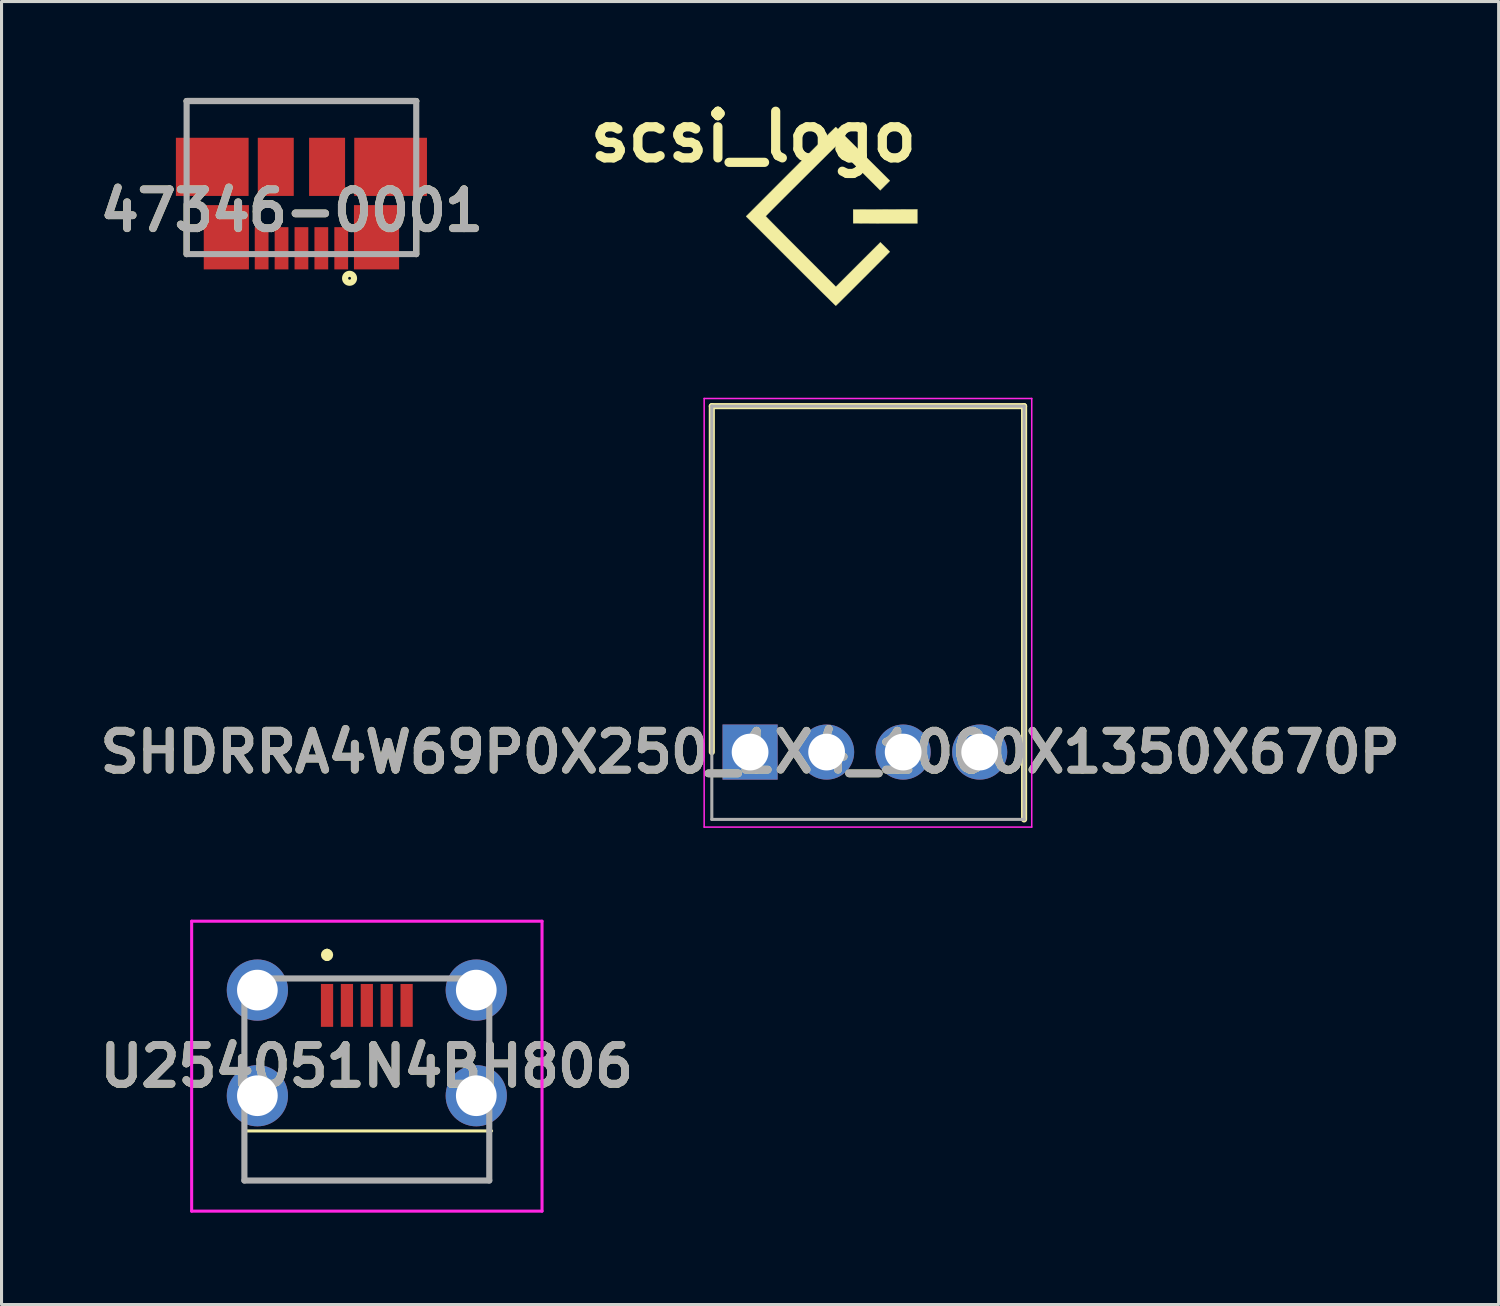
<source format=kicad_pcb>
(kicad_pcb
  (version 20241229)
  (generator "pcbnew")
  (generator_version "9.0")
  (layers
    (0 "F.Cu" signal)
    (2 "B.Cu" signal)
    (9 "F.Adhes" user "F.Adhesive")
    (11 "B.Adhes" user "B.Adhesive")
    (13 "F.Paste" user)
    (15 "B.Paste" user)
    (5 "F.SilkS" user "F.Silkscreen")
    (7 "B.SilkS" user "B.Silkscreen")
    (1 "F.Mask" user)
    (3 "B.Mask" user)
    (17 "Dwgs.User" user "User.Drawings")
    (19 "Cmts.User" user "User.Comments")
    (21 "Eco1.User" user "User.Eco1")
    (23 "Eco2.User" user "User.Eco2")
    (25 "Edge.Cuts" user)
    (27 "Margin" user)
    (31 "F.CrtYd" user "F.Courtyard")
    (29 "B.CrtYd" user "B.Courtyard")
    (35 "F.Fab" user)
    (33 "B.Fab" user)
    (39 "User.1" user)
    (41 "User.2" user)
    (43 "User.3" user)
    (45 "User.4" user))
  (footprint "47346-0001"
    (layer "F.Cu")
    (at 6.796 0.25)
    (property "Reference" "47346-0001" (at -0.313 3.58 0) (layer "F.SilkS") (effects (font (size 1.27 1.27) (thickness 0.254))))
    (attr smd)
    (fp_line (start -3.75 0) (end 3.75 0) (stroke (width 0.2) (type solid)) (layer "F.SilkS"))
    (fp_line (start -3.75 5) (end -3.75 3.373) (stroke (width 0.2) (type solid)) (layer "F.SilkS"))
    (fp_line (start 3.75 5) (end 3.75 3.373) (stroke (width 0.2) (type solid)) (layer "F.SilkS"))
    (fp_circle (center 1.572 5.79) (end 1.572 5.836) (stroke (width 0.2) (type solid)) (fill no) (layer "F.SilkS"))
    (fp_line (start -3.75 0) (end 3.75 0) (stroke (width 0.2) (type solid)) (layer "F.Fab"))
    (fp_line (start -3.75 5) (end -3.75 0) (stroke (width 0.2) (type solid)) (layer "F.Fab"))
    (fp_line (start 3.75 0) (end 3.75 5) (stroke (width 0.2) (type solid)) (layer "F.Fab"))
    (fp_line (start 3.75 5) (end -3.75 5) (stroke (width 0.2) (type solid)) (layer "F.Fab"))
    (fp_text user "${REFERENCE}" (at -0.313 3.58 0) (layer "F.Fab") (effects (font (size 1.27 1.27) (thickness 0.254))))
    (pad "1" smd rect (at 1.3 4.81) (size 0.45 1.38) (layers "F.Cu" "F.Mask" "F.Paste"))
    (pad "2" smd rect (at 0.65 4.81) (size 0.45 1.38) (layers "F.Cu" "F.Mask" "F.Paste"))
    (pad "3" smd rect (at 0 4.81) (size 0.45 1.38) (layers "F.Cu" "F.Mask" "F.Paste"))
    (pad "4" smd rect (at -0.65 4.81) (size 0.45 1.38) (layers "F.Cu" "F.Mask" "F.Paste"))
    (pad "5" smd rect (at -1.3 4.81) (size 0.45 1.38) (layers "F.Cu" "F.Mask" "F.Paste"))
    (pad "6" smd rect (at -2.453 4.45) (size 1.475 2.1) (layers "F.Cu" "F.Mask" "F.Paste"))
    (pad "7" smd rect (at 2.453 4.45) (size 1.475 2.1) (layers "F.Cu" "F.Mask" "F.Paste"))
    (pad "8" smd rect (at 0.838 2.15) (size 1.175 1.9) (layers "F.Cu" "F.Mask" "F.Paste"))
    (pad "9" smd rect (at -0.838 2.15) (size 1.175 1.9) (layers "F.Cu" "F.Mask" "F.Paste"))
    (pad "10" smd rect (at 2.913 2.15 90) (size 1.9 2.375) (layers "F.Cu" "F.Mask" "F.Paste"))
    (pad "11" smd rect (at -2.913 2.15 90) (size 1.9 2.375) (layers "F.Cu" "F.Mask" "F.Paste")))
  (footprint "U254051N4BH806"
    (layer "F.Cu")
    (at 8.932 31.776)
    (property "Reference" "U254051N4BH806" (at 0 0 0) (layer "F.SilkS") (effects (font (size 1.27 1.27) (thickness 0.254))))
    (attr through_hole)
    (fp_line (start -3.924 2.115) (end 4.075 2.115) (stroke (width 0.1) (type solid)) (layer "F.SilkS"))
    (fp_line (start -1.299 -3.735) (end -1.299 -3.735) (stroke (width 0.2) (type solid)) (layer "F.SilkS"))
    (fp_line (start -1.299 -3.535) (end -1.299 -3.535) (stroke (width 0.2) (type solid)) (layer "F.SilkS"))
    (fp_arc (start -1.299 -3.735) (mid -1.199 -3.635) (end -1.299 -3.535) (stroke (width 0.2) (type solid)) (layer "F.SilkS"))
    (fp_arc (start -1.299 -3.535) (mid -1.399 -3.635) (end -1.299 -3.735) (stroke (width 0.2) (type solid)) (layer "F.SilkS"))
    (fp_line (start -5.722 -4.735) (end 5.723 -4.735) (stroke (width 0.1) (type solid)) (layer "F.CrtYd"))
    (fp_line (start -5.722 4.735) (end -5.722 -4.735) (stroke (width 0.1) (type solid)) (layer "F.CrtYd"))
    (fp_line (start 5.723 -4.735) (end 5.723 4.735) (stroke (width 0.1) (type solid)) (layer "F.CrtYd"))
    (fp_line (start 5.723 4.735) (end -5.722 4.735) (stroke (width 0.1) (type solid)) (layer "F.CrtYd"))
    (fp_line (start -3.999 -2.865) (end 4 -2.865) (stroke (width 0.2) (type solid)) (layer "F.Fab"))
    (fp_line (start -3.999 3.735) (end -3.999 -2.865) (stroke (width 0.2) (type solid)) (layer "F.Fab"))
    (fp_line (start 4 -2.865) (end 4 3.735) (stroke (width 0.2) (type solid)) (layer "F.Fab"))
    (fp_line (start 4 3.735) (end -3.999 3.735) (stroke (width 0.2) (type solid)) (layer "F.Fab"))
    (fp_text user "${REFERENCE}" (at 0 0 0) (layer "F.Fab") (effects (font (size 1.27 1.27) (thickness 0.254))))
    (pad "" np_thru_hole circle (at -2 -1.165) (size 0.001 0.001) (drill 0.65) (layers "*.Cu" "*.Mask"))
    (pad "" np_thru_hole circle (at 2 -1.165) (size 0.001 0.001) (drill 0.65) (layers "*.Cu" "*.Mask"))
    (pad "1" smd rect (at -1.3 -1.985) (size 0.4 1.4) (layers "F.Cu" "F.Mask" "F.Paste"))
    (pad "2" smd rect (at -0.65 -1.985) (size 0.4 1.4) (layers "F.Cu" "F.Mask" "F.Paste"))
    (pad "3" smd rect (at 0 -1.985) (size 0.4 1.4) (layers "F.Cu" "F.Mask" "F.Paste"))
    (pad "4" smd rect (at 0.65 -1.985) (size 0.4 1.4) (layers "F.Cu" "F.Mask" "F.Paste"))
    (pad "5" smd rect (at 1.3 -1.985) (size 0.4 1.4) (layers "F.Cu" "F.Mask" "F.Paste"))
    (pad "MH1" thru_hole circle (at -3.575 0.965) (size 2 2) (drill 1.329) (layers "*.Cu" "*.Mask"))
    (pad "MH2" thru_hole circle (at 3.575 0.965) (size 2 2) (drill 1.329) (layers "*.Cu" "*.Mask"))
    (pad "MH3" thru_hole circle (at 3.575 -2.485) (size 2 2) (drill 1.329) (layers "*.Cu" "*.Mask"))
    (pad "MH4" thru_hole circle (at -3.575 -2.485) (size 2 2) (drill 1.329) (layers "*.Cu" "*.Mask")))
  (footprint "scsi_logo"
    (layer "F.Cu")
    (at 24.121 4.018)
    (property "Reference" "scsi_logo" (at -2.56 -2.6 0) (layer "F.SilkS") (effects (font (size 1.524 1.524) (thickness 0.3))))
    (attr through_hole)
    (fp_poly (pts (xy 2.794 0.229) (xy 1.746 0.229) (xy 1.586 0.229) (xy 1.432 0.228) (xy 1.289 0.228) (xy 1.156 0.227) (xy 1.037 0.227) (xy 0.932 0.226) (xy 0.845 0.225) (xy 0.776 0.225) (xy 0.728 0.224) (xy 0.702 0.223) (xy 0.698 0.222) (xy 0.698 0.208) (xy 0.698 0.173) (xy 0.697 0.121) (xy 0.697 0.056) (xy 0.697 -0.003) (xy 0.697 -0.222) (xy 1.745 -0.225) (xy 2.794 -0.229) (xy 2.794 0.229)) (stroke (width 0.01) (type solid)) (fill yes) (layer "F.SilkS"))
    (fp_poly (pts (xy 0.139 -2.909) (xy 0.166 -2.883) (xy 0.208 -2.841) (xy 0.265 -2.786) (xy 0.334 -2.717) (xy 0.416 -2.636) (xy 0.508 -2.545) (xy 0.609 -2.445) (xy 0.719 -2.336) (xy 0.835 -2.22) (xy 0.957 -2.099) (xy 1.016 -2.04) (xy 1.895 -1.165) (xy 1.581 -0.851) (xy 0.857 -1.574) (xy 0.133 -2.297) (xy -1.013 -1.158) (xy -1.155 -1.016) (xy -1.292 -0.88) (xy -1.423 -0.749) (xy -1.547 -0.626) (xy -1.663 -0.51) (xy -1.769 -0.404) (xy -1.864 -0.308) (xy -1.949 -0.223) (xy -2.02 -0.151) (xy -2.078 -0.092) (xy -2.121 -0.047) (xy -2.149 -0.019) (xy -2.159 -0.007) (xy -2.159 -0.006) (xy -2.15 0.004) (xy -2.125 0.031) (xy -2.083 0.074) (xy -2.027 0.132) (xy -1.957 0.203) (xy -1.874 0.287) (xy -1.779 0.383) (xy -1.675 0.488) (xy -1.56 0.604) (xy -1.438 0.727) (xy -1.308 0.857) (xy -1.171 0.994) (xy -1.03 1.135) (xy -1.013 1.152) (xy 0.133 2.299) (xy 0.859 1.573) (xy 1.586 0.847) (xy 1.739 0.997) (xy 1.789 1.047) (xy 1.833 1.091) (xy 1.867 1.126) (xy 1.887 1.148) (xy 1.892 1.155) (xy 1.884 1.165) (xy 1.858 1.191) (xy 1.818 1.232) (xy 1.764 1.287) (xy 1.698 1.354) (xy 1.622 1.431) (xy 1.536 1.517) (xy 1.443 1.61) (xy 1.344 1.71) (xy 1.24 1.814) (xy 1.133 1.922) (xy 1.024 2.03) (xy 0.915 2.139) (xy 0.807 2.247) (xy 0.703 2.351) (xy 0.602 2.452) (xy 0.507 2.546) (xy 0.42 2.633) (xy 0.341 2.711) (xy 0.273 2.779) (xy 0.216 2.835) (xy 0.172 2.878) (xy 0.143 2.906) (xy 0.13 2.918) (xy 0.13 2.918) (xy 0.12 2.909) (xy 0.093 2.884) (xy 0.05 2.842) (xy -0.008 2.785) (xy -0.08 2.714) (xy -0.165 2.63) (xy -0.263 2.534) (xy -0.372 2.426) (xy -0.491 2.307) (xy -0.619 2.179) (xy -0.756 2.043) (xy -0.901 1.899) (xy -1.052 1.748) (xy -1.209 1.591) (xy -1.34 1.461) (xy -2.8 0) (xy -1.34 -1.461) (xy -1.179 -1.621) (xy -1.024 -1.777) (xy -0.874 -1.926) (xy -0.73 -2.069) (xy -0.595 -2.204) (xy -0.468 -2.33) (xy -0.351 -2.447) (xy -0.244 -2.553) (xy -0.149 -2.647) (xy -0.066 -2.729) (xy 0.004 -2.797) (xy 0.059 -2.851) (xy 0.099 -2.89) (xy 0.122 -2.912) (xy 0.129 -2.918) (xy 0.139 -2.909)) (stroke (width 0.01) (type solid)) (fill yes) (layer "F.SilkS")))
  (footprint "SHDRRA4W69P0X250_1X4_1000X1350X670P"
    (layer "F.Cu")
    (at 21.451 21.516)
    (property "Reference" "SHDRRA4W69P0X250_1X4_1000X1350X670P" (at 0 0 0) (layer "F.SilkS") (effects (font (size 1.27 1.27) (thickness 0.254))))
    (attr through_hole)
    (fp_line (start -1.25 -11.3) (end 8.95 -11.3) (stroke (width 0.2) (type solid)) (layer "F.SilkS"))
    (fp_line (start -1.25 0) (end -1.25 -11.3) (stroke (width 0.2) (type solid)) (layer "F.SilkS"))
    (fp_line (start 8.95 -11.3) (end 8.95 2.2) (stroke (width 0.2) (type solid)) (layer "F.SilkS"))
    (fp_line (start -1.5 -11.55) (end -1.5 2.45) (stroke (width 0.05) (type solid)) (layer "F.CrtYd"))
    (fp_line (start -1.5 2.45) (end 9.2 2.45) (stroke (width 0.05) (type solid)) (layer "F.CrtYd"))
    (fp_line (start 9.2 -11.55) (end -1.5 -11.55) (stroke (width 0.05) (type solid)) (layer "F.CrtYd"))
    (fp_line (start 9.2 2.45) (end 9.2 -11.55) (stroke (width 0.05) (type solid)) (layer "F.CrtYd"))
    (fp_line (start -1.25 -11.3) (end 8.95 -11.3) (stroke (width 0.1) (type solid)) (layer "F.Fab"))
    (fp_line (start -1.25 2.2) (end -1.25 -11.3) (stroke (width 0.1) (type solid)) (layer "F.Fab"))
    (fp_line (start 8.95 -11.3) (end 8.95 2.2) (stroke (width 0.1) (type solid)) (layer "F.Fab"))
    (fp_line (start 8.95 2.2) (end -1.25 2.2) (stroke (width 0.1) (type solid)) (layer "F.Fab"))
    (fp_text user "${REFERENCE}" (at 0 0 0) (layer "F.Fab") (effects (font (size 1.27 1.27) (thickness 0.254))))
    (pad "1" thru_hole rect (at 0 0) (size 1.8 1.8) (drill 1.2) (layers "*.Cu" "*.Mask"))
    (pad "2" thru_hole circle (at 2.5 0) (size 1.8 1.8) (drill 1.2) (layers "*.Cu" "*.Mask"))
    (pad "3" thru_hole circle (at 5 0) (size 1.8 1.8) (drill 1.2) (layers "*.Cu" "*.Mask"))
    (pad "4" thru_hole circle (at 7.5 0) (size 1.8 1.8) (drill 1.2) (layers "*.Cu" "*.Mask")))
  (gr_rect
    (start -3 -3)
    (end 45.902 39.561)
    (stroke (width 0.1) (type default))
    (fill no)
    (layer "Edge.Cuts")))
</source>
